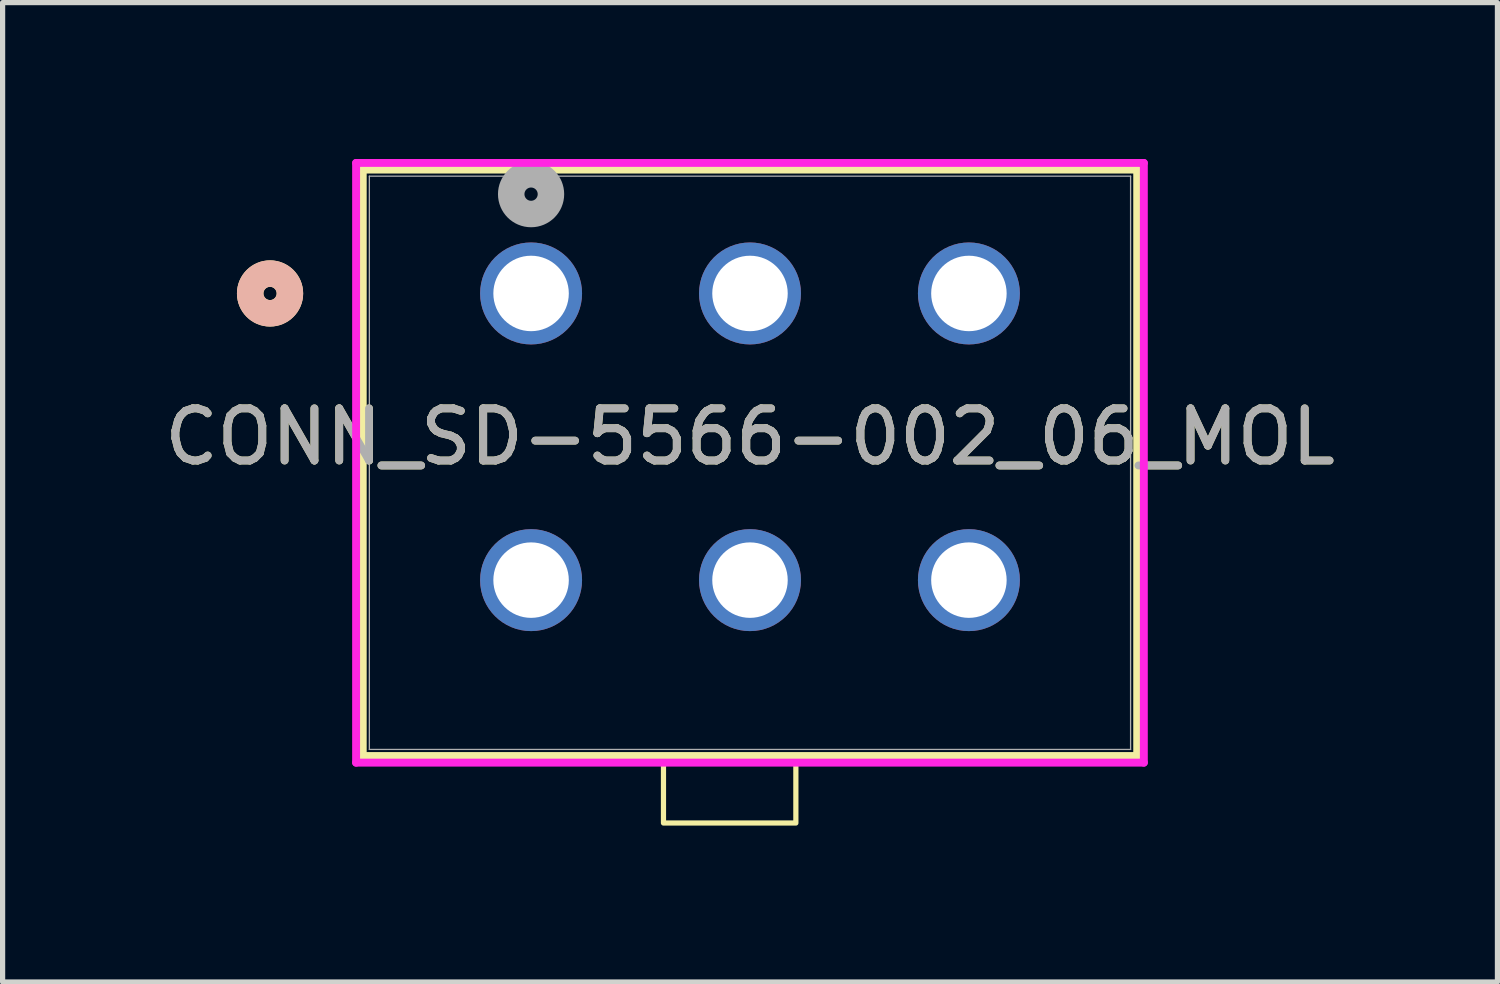
<source format=kicad_pcb>
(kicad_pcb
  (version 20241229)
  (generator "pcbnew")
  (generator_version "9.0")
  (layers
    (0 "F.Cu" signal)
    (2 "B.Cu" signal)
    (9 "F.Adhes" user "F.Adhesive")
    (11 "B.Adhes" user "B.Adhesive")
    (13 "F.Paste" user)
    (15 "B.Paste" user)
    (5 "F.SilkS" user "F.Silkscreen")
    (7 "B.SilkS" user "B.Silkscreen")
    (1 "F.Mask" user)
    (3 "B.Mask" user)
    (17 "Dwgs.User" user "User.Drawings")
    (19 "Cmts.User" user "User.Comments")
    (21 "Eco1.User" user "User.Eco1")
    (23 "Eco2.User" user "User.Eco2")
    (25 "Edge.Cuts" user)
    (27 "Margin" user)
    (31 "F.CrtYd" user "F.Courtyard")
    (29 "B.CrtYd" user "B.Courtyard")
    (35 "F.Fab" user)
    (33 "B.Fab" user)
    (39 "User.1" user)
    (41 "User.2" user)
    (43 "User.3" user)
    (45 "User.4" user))
  (footprint "CONN_SD-5566-002_06_MOL"
    (layer "F.Cu")
    (at 7.139 2.58)
    (property "Reference" "CONN_SD-5566-002_06_MOL" (at 4.2 2.75 0) (unlocked yes) (layer "F.SilkS") (effects (font (size 1 1) (thickness 0.15))))
    (attr through_hole)
    (fp_line (start -3.23 -2.377) (end -3.23 8.875) (stroke (width 0.152) (type solid)) (layer "F.SilkS"))
    (fp_line (start -3.23 8.875) (end 11.629 8.875) (stroke (width 0.152) (type solid)) (layer "F.SilkS"))
    (fp_line (start 11.629 -2.377) (end -3.23 -2.377) (stroke (width 0.152) (type solid)) (layer "F.SilkS"))
    (fp_line (start 11.629 8.875) (end 11.629 -2.377) (stroke (width 0.152) (type solid)) (layer "F.SilkS"))
    (fp_rect (start 2.54 8.875) (end 5.08 10.16) (stroke (width 0.1) (type default)) (fill no) (layer "F.SilkS"))
    (fp_circle (center -5.008 0) (end -4.627 0) (stroke (width 0.508) (type solid)) (fill no) (layer "F.SilkS"))
    (fp_circle (center -5.008 0) (end -4.627 0) (stroke (width 0.508) (type solid)) (fill no) (layer "B.SilkS"))
    (fp_line (start -3.357 -2.504) (end -3.357 9.002) (stroke (width 0.152) (type solid)) (layer "F.CrtYd"))
    (fp_line (start -3.357 9.002) (end 11.756 9.002) (stroke (width 0.152) (type solid)) (layer "F.CrtYd"))
    (fp_line (start 11.756 -2.504) (end -3.357 -2.504) (stroke (width 0.152) (type solid)) (layer "F.CrtYd"))
    (fp_line (start 11.756 9.002) (end 11.756 -2.504) (stroke (width 0.152) (type solid)) (layer "F.CrtYd"))
    (fp_line (start -3.103 -2.25) (end -3.103 8.748) (stroke (width 0.025) (type solid)) (layer "F.Fab"))
    (fp_line (start -3.103 8.748) (end 11.502 8.748) (stroke (width 0.025) (type solid)) (layer "F.Fab"))
    (fp_line (start 11.502 -2.25) (end -3.103 -2.25) (stroke (width 0.025) (type solid)) (layer "F.Fab"))
    (fp_line (start 11.502 8.748) (end 11.502 -2.25) (stroke (width 0.025) (type solid)) (layer "F.Fab"))
    (fp_circle (center 0 -1.905) (end 0.381 -1.905) (stroke (width 0.508) (type solid)) (fill no) (layer "F.Fab"))
    (fp_text user "${REFERENCE}" (at 4.2 2.75 0) (unlocked yes) (layer "F.Fab") (effects (font (size 1 1) (thickness 0.15))))
    (pad "1" thru_hole circle (at 0 0) (size 1.956 1.956) (drill 1.448) (layers "*.Cu" "*.Mask"))
    (pad "2" thru_hole circle (at 4.2 0) (size 1.956 1.956) (drill 1.448) (layers "*.Cu" "*.Mask"))
    (pad "3" thru_hole circle (at 8.4 0) (size 1.956 1.956) (drill 1.448) (layers "*.Cu" "*.Mask"))
    (pad "4" thru_hole circle (at 0 5.5) (size 1.956 1.956) (drill 1.448) (layers "*.Cu" "*.Mask"))
    (pad "5" thru_hole circle (at 4.2 5.5) (size 1.956 1.956) (drill 1.448) (layers "*.Cu" "*.Mask"))
    (pad "6" thru_hole circle (at 8.4 5.5) (size 1.956 1.956) (drill 1.448) (layers "*.Cu" "*.Mask")))
  (gr_rect
    (start -3 -3)
    (end 25.679 15.79)
    (stroke (width 0.1) (type default))
    (fill no)
    (layer "Edge.Cuts")))
</source>
